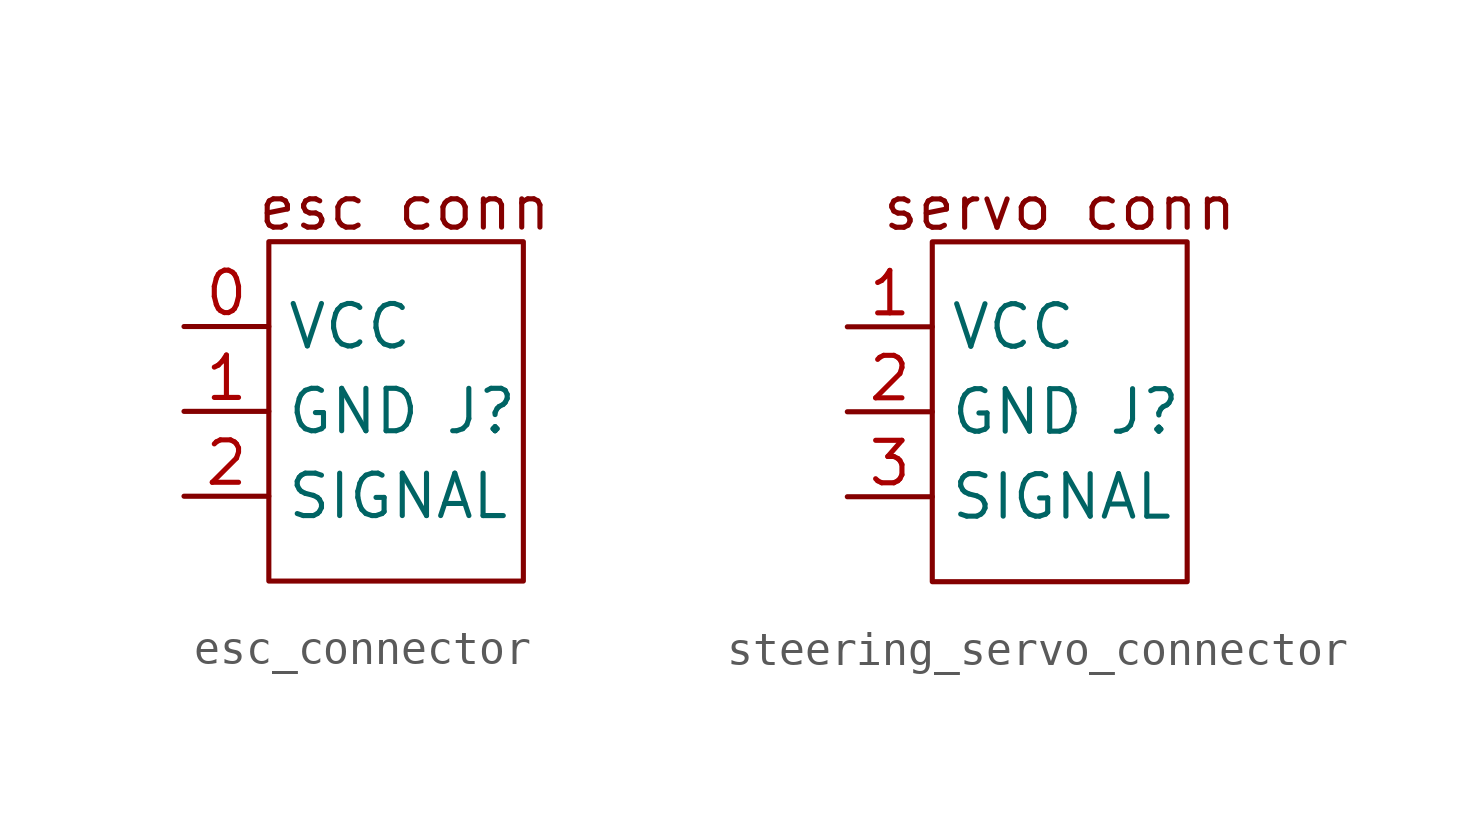
<source format=kicad_sym>
(kicad_symbol_lib
  (version 20231120)
  (generator "kicad_symbol_editor")
  (generator_version "8.0")
  (symbol "esc_connector"
    (property "Reference" "J"
      (at 0 0 0)
      (effects (font (size 1.27 1.27))))
    (property "Value" ""
      (at 0 0 0)
      (effects (font (size 1.27 1.27))))
    (symbol "esc_connector_0_1"
      (rectangle (start -6.35 5.08) (end 1.27 -5.08) (stroke (width 0) (type default)) (fill (type none))))
    (symbol "esc_connector_1_1"
      (text "esc conn" (at -2.286 6.096 0) (effects (font (size 1.27 1.27))))
      (pin power_out line (at -8.89 2.54 0) (length 2.54) (name "VCC" (effects (font (size 1.27 1.27)))) (number "0" (effects (font (size 1.27 1.27)))))
      (pin power_out line (at -8.89 0 0) (length 2.54) (name "GND" (effects (font (size 1.27 1.27)))) (number "1" (effects (font (size 1.27 1.27)))))
      (pin input line (at -8.89 -2.54 0) (length 2.54) (name "SIGNAL" (effects (font (size 1.27 1.27)))) (number "2" (effects (font (size 1.27 1.27)))))))
  (symbol "steering_servo_connector"
    (property "Reference" "J"
      (at 0 0 0)
      (effects (font (size 1.27 1.27))))
    (property "Value" ""
      (at 0 0 0)
      (effects (font (size 1.27 1.27))))
    (symbol "steering_servo_connector_0_1"
      (rectangle (start -6.35 5.08) (end 1.27 -5.08) (stroke (width 0) (type default)) (fill (type none))))
    (symbol "steering_servo_connector_1_1"
      (text "servo conn" (at -2.54 6.096 0) (effects (font (size 1.27 1.27))))
      (pin power_in line (at -8.89 2.54 0) (length 2.54) (name "VCC" (effects (font (size 1.27 1.27)))) (number "1" (effects (font (size 1.27 1.27)))))
      (pin power_in line (at -8.89 0 0) (length 2.54) (name "GND" (effects (font (size 1.27 1.27)))) (number "2" (effects (font (size 1.27 1.27)))))
      (pin input line (at -8.89 -2.54 0) (length 2.54) (name "SIGNAL" (effects (font (size 1.27 1.27)))) (number "3" (effects (font (size 1.27 1.27))))))))
</source>
